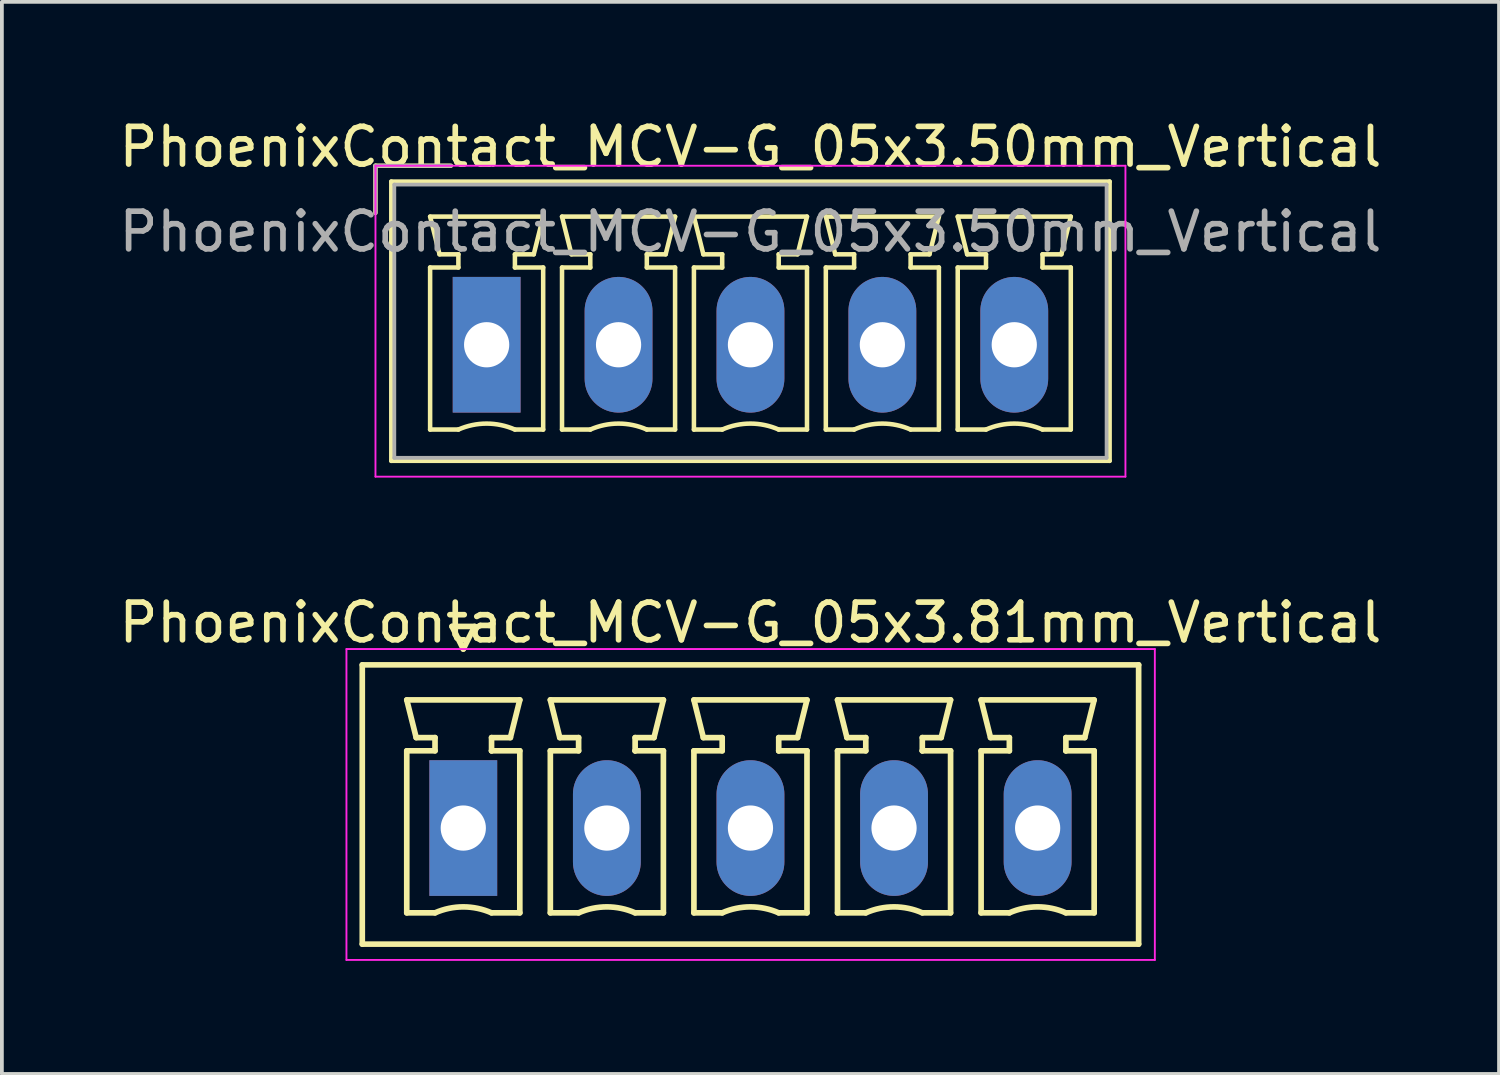
<source format=kicad_pcb>
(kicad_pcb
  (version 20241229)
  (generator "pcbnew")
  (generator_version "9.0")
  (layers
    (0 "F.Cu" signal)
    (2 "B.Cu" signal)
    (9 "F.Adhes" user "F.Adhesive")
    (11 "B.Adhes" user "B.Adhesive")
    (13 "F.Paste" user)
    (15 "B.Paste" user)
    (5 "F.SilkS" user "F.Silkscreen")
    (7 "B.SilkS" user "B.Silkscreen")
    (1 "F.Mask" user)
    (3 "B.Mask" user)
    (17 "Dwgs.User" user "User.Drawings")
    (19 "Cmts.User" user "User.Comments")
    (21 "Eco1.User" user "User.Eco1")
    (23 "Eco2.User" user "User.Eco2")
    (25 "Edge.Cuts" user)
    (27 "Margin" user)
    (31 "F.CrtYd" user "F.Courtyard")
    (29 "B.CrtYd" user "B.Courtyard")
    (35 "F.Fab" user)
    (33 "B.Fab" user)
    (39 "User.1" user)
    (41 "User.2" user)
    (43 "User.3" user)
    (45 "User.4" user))
  (footprint "PhoenixContact_MCV-G_05x3.81mm_Vertical"
    (layer "F.Cu")
    (at 9.243 18.922)
    (property "Reference" "PhoenixContact_MCV-G_05x3.81mm_Vertical" (at 7.62 -5.45 0) (layer "F.SilkS") (effects (font (size 1 1) (thickness 0.15))))
    (attr through_hole)
    (fp_line (start -2.68 -4.33) (end -2.68 3.08) (stroke (width 0.15) (type solid)) (layer "F.SilkS"))
    (fp_line (start -2.68 3.08) (end 17.92 3.08) (stroke (width 0.15) (type solid)) (layer "F.SilkS"))
    (fp_line (start -1.5 -3.4) (end 1.5 -3.4) (stroke (width 0.15) (type solid)) (layer "F.SilkS"))
    (fp_line (start -1.5 -2.05) (end -0.75 -2.05) (stroke (width 0.15) (type solid)) (layer "F.SilkS"))
    (fp_line (start -1.5 2.25) (end -1.5 -2.05) (stroke (width 0.15) (type solid)) (layer "F.SilkS"))
    (fp_line (start -1.25 -2.4) (end -1.5 -3.4) (stroke (width 0.15) (type solid)) (layer "F.SilkS"))
    (fp_line (start -0.75 -2.4) (end -1.25 -2.4) (stroke (width 0.15) (type solid)) (layer "F.SilkS"))
    (fp_line (start -0.75 -2.05) (end -0.75 -2.4) (stroke (width 0.15) (type solid)) (layer "F.SilkS"))
    (fp_line (start -0.75 2.25) (end -1.5 2.25) (stroke (width 0.15) (type solid)) (layer "F.SilkS"))
    (fp_line (start -0.3 -5.35) (end 0 -4.75) (stroke (width 0.15) (type solid)) (layer "F.SilkS"))
    (fp_line (start 0 -4.75) (end 0.3 -5.35) (stroke (width 0.15) (type solid)) (layer "F.SilkS"))
    (fp_line (start 0.3 -5.35) (end -0.3 -5.35) (stroke (width 0.15) (type solid)) (layer "F.SilkS"))
    (fp_line (start 0.75 -2.4) (end 0.75 -2.05) (stroke (width 0.15) (type solid)) (layer "F.SilkS"))
    (fp_line (start 0.75 -2.05) (end 0.75 -2.05) (stroke (width 0.15) (type solid)) (layer "F.SilkS"))
    (fp_line (start 0.75 -2.05) (end 1.5 -2.05) (stroke (width 0.15) (type solid)) (layer "F.SilkS"))
    (fp_line (start 1.25 -2.4) (end 0.75 -2.4) (stroke (width 0.15) (type solid)) (layer "F.SilkS"))
    (fp_line (start 1.5 -3.4) (end 1.25 -2.4) (stroke (width 0.15) (type solid)) (layer "F.SilkS"))
    (fp_line (start 1.5 -2.05) (end 1.5 2.25) (stroke (width 0.15) (type solid)) (layer "F.SilkS"))
    (fp_line (start 1.5 2.25) (end 0.75 2.25) (stroke (width 0.15) (type solid)) (layer "F.SilkS"))
    (fp_line (start 2.31 -3.4) (end 5.31 -3.4) (stroke (width 0.15) (type solid)) (layer "F.SilkS"))
    (fp_line (start 2.31 -2.05) (end 3.06 -2.05) (stroke (width 0.15) (type solid)) (layer "F.SilkS"))
    (fp_line (start 2.31 2.25) (end 2.31 -2.05) (stroke (width 0.15) (type solid)) (layer "F.SilkS"))
    (fp_line (start 2.56 -2.4) (end 2.31 -3.4) (stroke (width 0.15) (type solid)) (layer "F.SilkS"))
    (fp_line (start 3.06 -2.4) (end 2.56 -2.4) (stroke (width 0.15) (type solid)) (layer "F.SilkS"))
    (fp_line (start 3.06 -2.05) (end 3.06 -2.4) (stroke (width 0.15) (type solid)) (layer "F.SilkS"))
    (fp_line (start 3.06 2.25) (end 2.31 2.25) (stroke (width 0.15) (type solid)) (layer "F.SilkS"))
    (fp_line (start 4.56 -2.4) (end 4.56 -2.05) (stroke (width 0.15) (type solid)) (layer "F.SilkS"))
    (fp_line (start 4.56 -2.05) (end 4.56 -2.05) (stroke (width 0.15) (type solid)) (layer "F.SilkS"))
    (fp_line (start 4.56 -2.05) (end 5.31 -2.05) (stroke (width 0.15) (type solid)) (layer "F.SilkS"))
    (fp_line (start 5.06 -2.4) (end 4.56 -2.4) (stroke (width 0.15) (type solid)) (layer "F.SilkS"))
    (fp_line (start 5.31 -3.4) (end 5.06 -2.4) (stroke (width 0.15) (type solid)) (layer "F.SilkS"))
    (fp_line (start 5.31 -2.05) (end 5.31 2.25) (stroke (width 0.15) (type solid)) (layer "F.SilkS"))
    (fp_line (start 5.31 2.25) (end 4.56 2.25) (stroke (width 0.15) (type solid)) (layer "F.SilkS"))
    (fp_line (start 6.12 -3.4) (end 9.12 -3.4) (stroke (width 0.15) (type solid)) (layer "F.SilkS"))
    (fp_line (start 6.12 -2.05) (end 6.87 -2.05) (stroke (width 0.15) (type solid)) (layer "F.SilkS"))
    (fp_line (start 6.12 2.25) (end 6.12 -2.05) (stroke (width 0.15) (type solid)) (layer "F.SilkS"))
    (fp_line (start 6.37 -2.4) (end 6.12 -3.4) (stroke (width 0.15) (type solid)) (layer "F.SilkS"))
    (fp_line (start 6.87 -2.4) (end 6.37 -2.4) (stroke (width 0.15) (type solid)) (layer "F.SilkS"))
    (fp_line (start 6.87 -2.05) (end 6.87 -2.4) (stroke (width 0.15) (type solid)) (layer "F.SilkS"))
    (fp_line (start 6.87 2.25) (end 6.12 2.25) (stroke (width 0.15) (type solid)) (layer "F.SilkS"))
    (fp_line (start 8.37 -2.4) (end 8.37 -2.05) (stroke (width 0.15) (type solid)) (layer "F.SilkS"))
    (fp_line (start 8.37 -2.05) (end 8.37 -2.05) (stroke (width 0.15) (type solid)) (layer "F.SilkS"))
    (fp_line (start 8.37 -2.05) (end 9.12 -2.05) (stroke (width 0.15) (type solid)) (layer "F.SilkS"))
    (fp_line (start 8.87 -2.4) (end 8.37 -2.4) (stroke (width 0.15) (type solid)) (layer "F.SilkS"))
    (fp_line (start 9.12 -3.4) (end 8.87 -2.4) (stroke (width 0.15) (type solid)) (layer "F.SilkS"))
    (fp_line (start 9.12 -2.05) (end 9.12 2.25) (stroke (width 0.15) (type solid)) (layer "F.SilkS"))
    (fp_line (start 9.12 2.25) (end 8.37 2.25) (stroke (width 0.15) (type solid)) (layer "F.SilkS"))
    (fp_line (start 9.93 -3.4) (end 12.93 -3.4) (stroke (width 0.15) (type solid)) (layer "F.SilkS"))
    (fp_line (start 9.93 -2.05) (end 10.68 -2.05) (stroke (width 0.15) (type solid)) (layer "F.SilkS"))
    (fp_line (start 9.93 2.25) (end 9.93 -2.05) (stroke (width 0.15) (type solid)) (layer "F.SilkS"))
    (fp_line (start 10.18 -2.4) (end 9.93 -3.4) (stroke (width 0.15) (type solid)) (layer "F.SilkS"))
    (fp_line (start 10.68 -2.4) (end 10.18 -2.4) (stroke (width 0.15) (type solid)) (layer "F.SilkS"))
    (fp_line (start 10.68 -2.05) (end 10.68 -2.4) (stroke (width 0.15) (type solid)) (layer "F.SilkS"))
    (fp_line (start 10.68 2.25) (end 9.93 2.25) (stroke (width 0.15) (type solid)) (layer "F.SilkS"))
    (fp_line (start 12.18 -2.4) (end 12.18 -2.05) (stroke (width 0.15) (type solid)) (layer "F.SilkS"))
    (fp_line (start 12.18 -2.05) (end 12.18 -2.05) (stroke (width 0.15) (type solid)) (layer "F.SilkS"))
    (fp_line (start 12.18 -2.05) (end 12.93 -2.05) (stroke (width 0.15) (type solid)) (layer "F.SilkS"))
    (fp_line (start 12.68 -2.4) (end 12.18 -2.4) (stroke (width 0.15) (type solid)) (layer "F.SilkS"))
    (fp_line (start 12.93 -3.4) (end 12.68 -2.4) (stroke (width 0.15) (type solid)) (layer "F.SilkS"))
    (fp_line (start 12.93 -2.05) (end 12.93 2.25) (stroke (width 0.15) (type solid)) (layer "F.SilkS"))
    (fp_line (start 12.93 2.25) (end 12.18 2.25) (stroke (width 0.15) (type solid)) (layer "F.SilkS"))
    (fp_line (start 13.74 -3.4) (end 16.74 -3.4) (stroke (width 0.15) (type solid)) (layer "F.SilkS"))
    (fp_line (start 13.74 -2.05) (end 14.49 -2.05) (stroke (width 0.15) (type solid)) (layer "F.SilkS"))
    (fp_line (start 13.74 2.25) (end 13.74 -2.05) (stroke (width 0.15) (type solid)) (layer "F.SilkS"))
    (fp_line (start 13.99 -2.4) (end 13.74 -3.4) (stroke (width 0.15) (type solid)) (layer "F.SilkS"))
    (fp_line (start 14.49 -2.4) (end 13.99 -2.4) (stroke (width 0.15) (type solid)) (layer "F.SilkS"))
    (fp_line (start 14.49 -2.05) (end 14.49 -2.4) (stroke (width 0.15) (type solid)) (layer "F.SilkS"))
    (fp_line (start 14.49 2.25) (end 13.74 2.25) (stroke (width 0.15) (type solid)) (layer "F.SilkS"))
    (fp_line (start 15.99 -2.4) (end 15.99 -2.05) (stroke (width 0.15) (type solid)) (layer "F.SilkS"))
    (fp_line (start 15.99 -2.05) (end 15.99 -2.05) (stroke (width 0.15) (type solid)) (layer "F.SilkS"))
    (fp_line (start 15.99 -2.05) (end 16.74 -2.05) (stroke (width 0.15) (type solid)) (layer "F.SilkS"))
    (fp_line (start 16.49 -2.4) (end 15.99 -2.4) (stroke (width 0.15) (type solid)) (layer "F.SilkS"))
    (fp_line (start 16.74 -3.4) (end 16.49 -2.4) (stroke (width 0.15) (type solid)) (layer "F.SilkS"))
    (fp_line (start 16.74 -2.05) (end 16.74 2.25) (stroke (width 0.15) (type solid)) (layer "F.SilkS"))
    (fp_line (start 16.74 2.25) (end 15.99 2.25) (stroke (width 0.15) (type solid)) (layer "F.SilkS"))
    (fp_line (start 17.92 -4.33) (end -2.68 -4.33) (stroke (width 0.15) (type solid)) (layer "F.SilkS"))
    (fp_line (start 17.92 3.08) (end 17.92 -4.33) (stroke (width 0.15) (type solid)) (layer "F.SilkS"))
    (fp_arc (start -0.75 2.25) (mid -0.000193 2.09191) (end 0.749647 2.249844) (stroke (width 0.15) (type solid)) (layer "F.SilkS"))
    (fp_arc (start 3.06 2.25) (mid 3.809807 2.09191) (end 4.559647 2.249844) (stroke (width 0.15) (type solid)) (layer "F.SilkS"))
    (fp_arc (start 6.87 2.25) (mid 7.619807 2.09191) (end 8.369647 2.249844) (stroke (width 0.15) (type solid)) (layer "F.SilkS"))
    (fp_arc (start 10.68 2.25) (mid 11.429807 2.09191) (end 12.179647 2.249844) (stroke (width 0.15) (type solid)) (layer "F.SilkS"))
    (fp_arc (start 14.49 2.25) (mid 15.239807 2.09191) (end 15.989647 2.249844) (stroke (width 0.15) (type solid)) (layer "F.SilkS"))
    (fp_line (start -3.1 -4.75) (end -3.1 3.5) (stroke (width 0.05) (type solid)) (layer "F.CrtYd"))
    (fp_line (start -3.1 3.5) (end 18.35 3.5) (stroke (width 0.05) (type solid)) (layer "F.CrtYd"))
    (fp_line (start 18.35 -4.75) (end -3.1 -4.75) (stroke (width 0.05) (type solid)) (layer "F.CrtYd"))
    (fp_line (start 18.35 3.5) (end 18.35 -4.75) (stroke (width 0.05) (type solid)) (layer "F.CrtYd"))
    (pad "1" thru_hole rect (at 0 0) (size 1.8 3.6) (drill 1.2) (layers "*.Cu" "*.Mask"))
    (pad "2" thru_hole oval (at 3.81 0) (size 1.8 3.6) (drill 1.2) (layers "*.Cu" "*.Mask"))
    (pad "3" thru_hole oval (at 7.62 0) (size 1.8 3.6) (drill 1.2) (layers "*.Cu" "*.Mask"))
    (pad "4" thru_hole oval (at 11.43 0) (size 1.8 3.6) (drill 1.2) (layers "*.Cu" "*.Mask"))
    (pad "5" thru_hole oval (at 15.24 0) (size 1.8 3.6) (drill 1.2) (layers "*.Cu" "*.Mask")))
  (footprint "PhoenixContact_MCV-G_05x3.50mm_Vertical"
    (layer "F.Cu")
    (at 9.863 6.098)
    (property "Reference" "PhoenixContact_MCV-G_05x3.50mm_Vertical" (at 7 -5.25 0) (layer "F.SilkS") (effects (font (size 1 1) (thickness 0.15))))
    (attr through_hole)
    (fp_line (start -2.95 -4.75) (end -0.95 -4.75) (stroke (width 0.12) (type solid)) (layer "F.SilkS"))
    (fp_line (start -2.95 -3.5) (end -2.95 -4.75) (stroke (width 0.12) (type solid)) (layer "F.SilkS"))
    (fp_line (start -2.53 -4.33) (end -2.53 3.08) (stroke (width 0.12) (type solid)) (layer "F.SilkS"))
    (fp_line (start -2.53 3.08) (end 16.53 3.08) (stroke (width 0.12) (type solid)) (layer "F.SilkS"))
    (fp_line (start -1.5 -3.4) (end 1.5 -3.4) (stroke (width 0.12) (type solid)) (layer "F.SilkS"))
    (fp_line (start -1.5 -2.05) (end -0.75 -2.05) (stroke (width 0.12) (type solid)) (layer "F.SilkS"))
    (fp_line (start -1.5 2.25) (end -1.5 -2.05) (stroke (width 0.12) (type solid)) (layer "F.SilkS"))
    (fp_line (start -1.25 -2.4) (end -1.5 -3.4) (stroke (width 0.12) (type solid)) (layer "F.SilkS"))
    (fp_line (start -0.75 -2.4) (end -1.25 -2.4) (stroke (width 0.12) (type solid)) (layer "F.SilkS"))
    (fp_line (start -0.75 -2.05) (end -0.75 -2.4) (stroke (width 0.12) (type solid)) (layer "F.SilkS"))
    (fp_line (start -0.75 2.25) (end -1.5 2.25) (stroke (width 0.12) (type solid)) (layer "F.SilkS"))
    (fp_line (start 0.75 -2.4) (end 0.75 -2.05) (stroke (width 0.12) (type solid)) (layer "F.SilkS"))
    (fp_line (start 0.75 -2.05) (end 1.5 -2.05) (stroke (width 0.12) (type solid)) (layer "F.SilkS"))
    (fp_line (start 1.25 -2.4) (end 0.75 -2.4) (stroke (width 0.12) (type solid)) (layer "F.SilkS"))
    (fp_line (start 1.5 -3.4) (end 1.25 -2.4) (stroke (width 0.12) (type solid)) (layer "F.SilkS"))
    (fp_line (start 1.5 -2.05) (end 1.5 2.25) (stroke (width 0.12) (type solid)) (layer "F.SilkS"))
    (fp_line (start 1.5 2.25) (end 0.75 2.25) (stroke (width 0.12) (type solid)) (layer "F.SilkS"))
    (fp_line (start 2 -3.4) (end 5 -3.4) (stroke (width 0.12) (type solid)) (layer "F.SilkS"))
    (fp_line (start 2 -2.05) (end 2.75 -2.05) (stroke (width 0.12) (type solid)) (layer "F.SilkS"))
    (fp_line (start 2 2.25) (end 2 -2.05) (stroke (width 0.12) (type solid)) (layer "F.SilkS"))
    (fp_line (start 2.25 -2.4) (end 2 -3.4) (stroke (width 0.12) (type solid)) (layer "F.SilkS"))
    (fp_line (start 2.75 -2.4) (end 2.25 -2.4) (stroke (width 0.12) (type solid)) (layer "F.SilkS"))
    (fp_line (start 2.75 -2.05) (end 2.75 -2.4) (stroke (width 0.12) (type solid)) (layer "F.SilkS"))
    (fp_line (start 2.75 2.25) (end 2 2.25) (stroke (width 0.12) (type solid)) (layer "F.SilkS"))
    (fp_line (start 4.25 -2.4) (end 4.25 -2.05) (stroke (width 0.12) (type solid)) (layer "F.SilkS"))
    (fp_line (start 4.25 -2.05) (end 5 -2.05) (stroke (width 0.12) (type solid)) (layer "F.SilkS"))
    (fp_line (start 4.75 -2.4) (end 4.25 -2.4) (stroke (width 0.12) (type solid)) (layer "F.SilkS"))
    (fp_line (start 5 -3.4) (end 4.75 -2.4) (stroke (width 0.12) (type solid)) (layer "F.SilkS"))
    (fp_line (start 5 -2.05) (end 5 2.25) (stroke (width 0.12) (type solid)) (layer "F.SilkS"))
    (fp_line (start 5 2.25) (end 4.25 2.25) (stroke (width 0.12) (type solid)) (layer "F.SilkS"))
    (fp_line (start 5.5 -3.4) (end 8.5 -3.4) (stroke (width 0.12) (type solid)) (layer "F.SilkS"))
    (fp_line (start 5.5 -2.05) (end 6.25 -2.05) (stroke (width 0.12) (type solid)) (layer "F.SilkS"))
    (fp_line (start 5.5 2.25) (end 5.5 -2.05) (stroke (width 0.12) (type solid)) (layer "F.SilkS"))
    (fp_line (start 5.75 -2.4) (end 5.5 -3.4) (stroke (width 0.12) (type solid)) (layer "F.SilkS"))
    (fp_line (start 6.25 -2.4) (end 5.75 -2.4) (stroke (width 0.12) (type solid)) (layer "F.SilkS"))
    (fp_line (start 6.25 -2.05) (end 6.25 -2.4) (stroke (width 0.12) (type solid)) (layer "F.SilkS"))
    (fp_line (start 6.25 2.25) (end 5.5 2.25) (stroke (width 0.12) (type solid)) (layer "F.SilkS"))
    (fp_line (start 7.75 -2.4) (end 7.75 -2.05) (stroke (width 0.12) (type solid)) (layer "F.SilkS"))
    (fp_line (start 7.75 -2.05) (end 8.5 -2.05) (stroke (width 0.12) (type solid)) (layer "F.SilkS"))
    (fp_line (start 8.25 -2.4) (end 7.75 -2.4) (stroke (width 0.12) (type solid)) (layer "F.SilkS"))
    (fp_line (start 8.5 -3.4) (end 8.25 -2.4) (stroke (width 0.12) (type solid)) (layer "F.SilkS"))
    (fp_line (start 8.5 -2.05) (end 8.5 2.25) (stroke (width 0.12) (type solid)) (layer "F.SilkS"))
    (fp_line (start 8.5 2.25) (end 7.75 2.25) (stroke (width 0.12) (type solid)) (layer "F.SilkS"))
    (fp_line (start 9 -3.4) (end 12 -3.4) (stroke (width 0.12) (type solid)) (layer "F.SilkS"))
    (fp_line (start 9 -2.05) (end 9.75 -2.05) (stroke (width 0.12) (type solid)) (layer "F.SilkS"))
    (fp_line (start 9 2.25) (end 9 -2.05) (stroke (width 0.12) (type solid)) (layer "F.SilkS"))
    (fp_line (start 9.25 -2.4) (end 9 -3.4) (stroke (width 0.12) (type solid)) (layer "F.SilkS"))
    (fp_line (start 9.75 -2.4) (end 9.25 -2.4) (stroke (width 0.12) (type solid)) (layer "F.SilkS"))
    (fp_line (start 9.75 -2.05) (end 9.75 -2.4) (stroke (width 0.12) (type solid)) (layer "F.SilkS"))
    (fp_line (start 9.75 2.25) (end 9 2.25) (stroke (width 0.12) (type solid)) (layer "F.SilkS"))
    (fp_line (start 11.25 -2.4) (end 11.25 -2.05) (stroke (width 0.12) (type solid)) (layer "F.SilkS"))
    (fp_line (start 11.25 -2.05) (end 12 -2.05) (stroke (width 0.12) (type solid)) (layer "F.SilkS"))
    (fp_line (start 11.75 -2.4) (end 11.25 -2.4) (stroke (width 0.12) (type solid)) (layer "F.SilkS"))
    (fp_line (start 12 -3.4) (end 11.75 -2.4) (stroke (width 0.12) (type solid)) (layer "F.SilkS"))
    (fp_line (start 12 -2.05) (end 12 2.25) (stroke (width 0.12) (type solid)) (layer "F.SilkS"))
    (fp_line (start 12 2.25) (end 11.25 2.25) (stroke (width 0.12) (type solid)) (layer "F.SilkS"))
    (fp_line (start 12.5 -3.4) (end 15.5 -3.4) (stroke (width 0.12) (type solid)) (layer "F.SilkS"))
    (fp_line (start 12.5 -2.05) (end 13.25 -2.05) (stroke (width 0.12) (type solid)) (layer "F.SilkS"))
    (fp_line (start 12.5 2.25) (end 12.5 -2.05) (stroke (width 0.12) (type solid)) (layer "F.SilkS"))
    (fp_line (start 12.75 -2.4) (end 12.5 -3.4) (stroke (width 0.12) (type solid)) (layer "F.SilkS"))
    (fp_line (start 13.25 -2.4) (end 12.75 -2.4) (stroke (width 0.12) (type solid)) (layer "F.SilkS"))
    (fp_line (start 13.25 -2.05) (end 13.25 -2.4) (stroke (width 0.12) (type solid)) (layer "F.SilkS"))
    (fp_line (start 13.25 2.25) (end 12.5 2.25) (stroke (width 0.12) (type solid)) (layer "F.SilkS"))
    (fp_line (start 14.75 -2.4) (end 14.75 -2.05) (stroke (width 0.12) (type solid)) (layer "F.SilkS"))
    (fp_line (start 14.75 -2.05) (end 15.5 -2.05) (stroke (width 0.12) (type solid)) (layer "F.SilkS"))
    (fp_line (start 15.25 -2.4) (end 14.75 -2.4) (stroke (width 0.12) (type solid)) (layer "F.SilkS"))
    (fp_line (start 15.5 -3.4) (end 15.25 -2.4) (stroke (width 0.12) (type solid)) (layer "F.SilkS"))
    (fp_line (start 15.5 -2.05) (end 15.5 2.25) (stroke (width 0.12) (type solid)) (layer "F.SilkS"))
    (fp_line (start 15.5 2.25) (end 14.75 2.25) (stroke (width 0.12) (type solid)) (layer "F.SilkS"))
    (fp_line (start 16.53 -4.33) (end -2.53 -4.33) (stroke (width 0.12) (type solid)) (layer "F.SilkS"))
    (fp_line (start 16.53 3.08) (end 16.53 -4.33) (stroke (width 0.12) (type solid)) (layer "F.SilkS"))
    (fp_arc (start -0.75 2.25) (mid -0.000193 2.09191) (end 0.749647 2.249844) (stroke (width 0.12) (type solid)) (layer "F.SilkS"))
    (fp_arc (start 2.75 2.25) (mid 3.499807 2.09191) (end 4.249647 2.249844) (stroke (width 0.12) (type solid)) (layer "F.SilkS"))
    (fp_arc (start 6.25 2.25) (mid 6.999807 2.09191) (end 7.749647 2.249844) (stroke (width 0.12) (type solid)) (layer "F.SilkS"))
    (fp_arc (start 9.75 2.25) (mid 10.499807 2.09191) (end 11.249647 2.249844) (stroke (width 0.12) (type solid)) (layer "F.SilkS"))
    (fp_arc (start 13.25 2.25) (mid 13.999807 2.09191) (end 14.749647 2.249844) (stroke (width 0.12) (type solid)) (layer "F.SilkS"))
    (fp_line (start -2.95 -4.75) (end -2.95 3.5) (stroke (width 0.05) (type solid)) (layer "F.CrtYd"))
    (fp_line (start -2.95 3.5) (end 16.95 3.5) (stroke (width 0.05) (type solid)) (layer "F.CrtYd"))
    (fp_line (start 16.95 -4.75) (end -2.95 -4.75) (stroke (width 0.05) (type solid)) (layer "F.CrtYd"))
    (fp_line (start 16.95 3.5) (end 16.95 -4.75) (stroke (width 0.05) (type solid)) (layer "F.CrtYd"))
    (fp_line (start -2.95 -4.75) (end -0.95 -4.75) (stroke (width 0.1) (type solid)) (layer "F.Fab"))
    (fp_line (start -2.95 -3.5) (end -2.95 -4.75) (stroke (width 0.1) (type solid)) (layer "F.Fab"))
    (fp_line (start -2.45 -4.25) (end -2.45 3) (stroke (width 0.1) (type solid)) (layer "F.Fab"))
    (fp_line (start -2.45 3) (end 16.45 3) (stroke (width 0.1) (type solid)) (layer "F.Fab"))
    (fp_line (start 16.45 -4.25) (end -2.45 -4.25) (stroke (width 0.1) (type solid)) (layer "F.Fab"))
    (fp_line (start 16.45 3) (end 16.45 -4.25) (stroke (width 0.1) (type solid)) (layer "F.Fab"))
    (fp_text user "${REFERENCE}" (at 7 -3 0) (layer "F.Fab") (effects (font (size 1 1) (thickness 0.15))))
    (pad "1" thru_hole rect (at 0 0) (size 1.8 3.6) (drill 1.2) (layers "*.Cu" "*.Mask"))
    (pad "2" thru_hole oval (at 3.5 0) (size 1.8 3.6) (drill 1.2) (layers "*.Cu" "*.Mask"))
    (pad "3" thru_hole oval (at 7 0) (size 1.8 3.6) (drill 1.2) (layers "*.Cu" "*.Mask"))
    (pad "4" thru_hole oval (at 10.5 0) (size 1.8 3.6) (drill 1.2) (layers "*.Cu" "*.Mask"))
    (pad "5" thru_hole oval (at 14 0) (size 1.8 3.6) (drill 1.2) (layers "*.Cu" "*.Mask")))
  (gr_rect
    (start -3 -3)
    (end 36.726 25.447)
    (stroke (width 0.1) (type default))
    (fill no)
    (layer "Edge.Cuts")))
</source>
